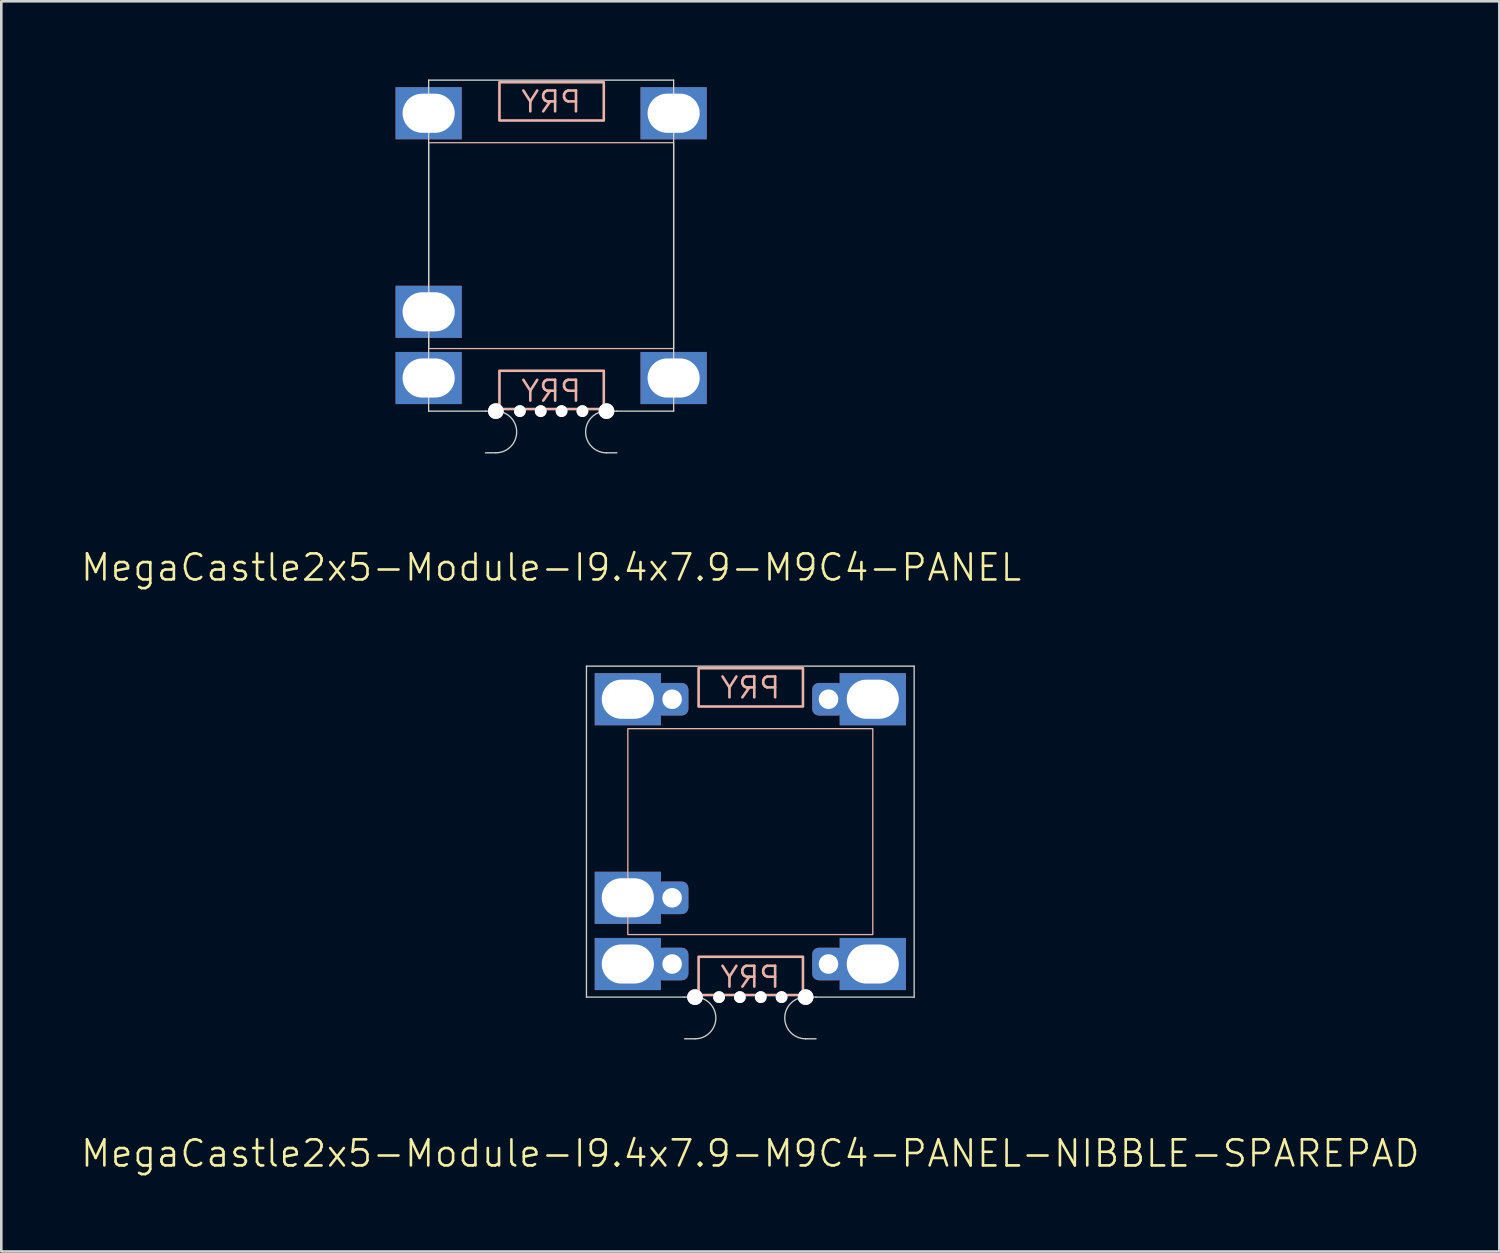
<source format=kicad_pcb>
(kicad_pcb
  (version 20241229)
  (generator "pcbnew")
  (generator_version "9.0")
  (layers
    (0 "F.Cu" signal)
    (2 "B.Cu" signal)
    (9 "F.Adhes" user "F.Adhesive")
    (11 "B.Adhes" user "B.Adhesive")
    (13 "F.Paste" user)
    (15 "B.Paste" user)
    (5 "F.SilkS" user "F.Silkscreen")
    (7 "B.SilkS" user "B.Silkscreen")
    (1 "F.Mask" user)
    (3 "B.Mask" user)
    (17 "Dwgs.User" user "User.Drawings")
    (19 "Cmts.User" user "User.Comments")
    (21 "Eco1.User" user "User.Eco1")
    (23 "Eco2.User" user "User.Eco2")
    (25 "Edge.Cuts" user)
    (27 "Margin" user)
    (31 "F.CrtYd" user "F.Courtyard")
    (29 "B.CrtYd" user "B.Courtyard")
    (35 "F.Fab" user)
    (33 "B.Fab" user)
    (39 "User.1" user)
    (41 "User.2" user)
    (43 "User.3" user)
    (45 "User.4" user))
  (footprint "MegaCastle2x5-Module-I9.4x7.9-M9C4-PANEL-NIBBLE-SPAREPAD"
    (layer "F.Cu")
    (at 25.74 28.86)
    (property "Reference" "MegaCastle2x5-Module-I9.4x7.9-M9C4-PANEL-NIBBLE-SPAREPAD" (at 0 12.35 0) (unlocked yes) (layer "F.SilkS") (effects (font (size 1 1) (thickness 0.1))))
    (attr smd)
    (fp_rect (start -4.7 3.95) (end 4.7 -3.95) (stroke (width 0.05) (type default)) (fill no) (layer "B.SilkS"))
    (fp_rect (start -1.984 -4.801) (end 2.02 -6.27) (stroke (width 0.1) (type default)) (fill no) (layer "B.SilkS"))
    (fp_rect (start -1.984 4.801) (end 2.02 6.27) (stroke (width 0.1) (type default)) (fill no) (layer "B.SilkS"))
    (fp_line (start -6.287 -6.35) (end -6.287 6.35) (stroke (width 0.05) (type default)) (layer "Edge.Cuts"))
    (fp_line (start -6.287 -6.35) (end 6.287 -6.35) (stroke (width 0.05) (type default)) (layer "Edge.Cuts"))
    (fp_line (start -6.287 6.35) (end -2.522 6.35) (stroke (width 0.05) (type default)) (layer "Edge.Cuts"))
    (fp_line (start -2.522 6.35) (end -2.123 6.35) (stroke (width 0.05) (type default)) (layer "Edge.Cuts"))
    (fp_line (start -2.522 7.95) (end -2.123 7.95) (stroke (width 0.05) (type default)) (layer "Edge.Cuts"))
    (fp_line (start 2.522 6.35) (end 2.123 6.35) (stroke (width 0.05) (type default)) (layer "Edge.Cuts"))
    (fp_line (start 2.522 6.35) (end 6.287 6.35) (stroke (width 0.05) (type default)) (layer "Edge.Cuts"))
    (fp_line (start 2.522 7.95) (end 2.123 7.95) (stroke (width 0.05) (type default)) (layer "Edge.Cuts"))
    (fp_line (start 6.287 -6.35) (end 6.287 6.35) (stroke (width 0.05) (type default)) (layer "Edge.Cuts"))
    (fp_arc (start -2.1225 6.35) (mid -1.3225 7.15) (end -2.1225 7.95) (stroke (width 0.05) (type default)) (layer "Edge.Cuts"))
    (fp_arc (start 2.1225 7.95) (mid 1.3225 7.15) (end 2.1225 6.35) (stroke (width 0.05) (type default)) (layer "Edge.Cuts"))
    (fp_text user "PRY" (at 0 -5.05 0) (unlocked yes) (layer "B.SilkS") (effects (font (size 0.8 0.8) (thickness 0.1)) (justify bottom mirror)))
    (fp_text user "PRY" (at 0 6.05 0) (unlocked yes) (layer "B.SilkS") (effects (font (size 0.8 0.8) (thickness 0.1)) (justify bottom mirror)))
    (pad "" np_thru_hole circle (at -2.123 6.35) (size 0.6 0.6) (drill 0.6) (layers "*.Cu" "Edge.Cuts"))
    (pad "" np_thru_hole circle (at -1.2 6.35) (size 0.45 0.45) (drill 0.45) (layers "*.Cu" "Edge.Cuts"))
    (pad "" np_thru_hole circle (at -0.4 6.35) (size 0.45 0.45) (drill 0.45) (layers "*.Cu" "Edge.Cuts"))
    (pad "" np_thru_hole circle (at 0.4 6.35) (size 0.45 0.45) (drill 0.45) (layers "*.Cu" "Edge.Cuts"))
    (pad "" np_thru_hole circle (at 1.2 6.35) (size 0.45 0.45) (drill 0.45) (layers "*.Cu" "Edge.Cuts"))
    (pad "" np_thru_hole circle (at 2.123 6.35) (size 0.6 0.6) (drill 0.6) (layers "*.Cu" "Edge.Cuts"))
    (pad "1" thru_hole rect (at -4.7 -5.08) (size 2.54 2) (drill oval 2 1.5) (property pad_prop_castellated) (layers "*.Cu" "*.Mask"))
    (pad "1" thru_hole roundrect (at -3 -5.08 180) (size 1.25 1.25) (drill 0.75) (layers "*.Cu" "*.Mask") (roundrect_rratio 0.2))
    (pad "4" thru_hole rect (at -4.7 2.54) (size 2.54 2) (drill oval 2 1.5) (property pad_prop_castellated) (layers "*.Cu" "*.Mask"))
    (pad "4" thru_hole roundrect (at -3 2.54 180) (size 1.25 1.25) (drill 0.75) (layers "*.Cu" "*.Mask") (roundrect_rratio 0.2))
    (pad "5" thru_hole rect (at -4.7 5.08) (size 2.54 2) (drill oval 2 1.5) (property pad_prop_castellated) (layers "*.Cu" "*.Mask"))
    (pad "5" thru_hole roundrect (at -3 5.08 180) (size 1.25 1.25) (drill 0.75) (layers "*.Cu" "*.Mask") (roundrect_rratio 0.2))
    (pad "6" thru_hole roundrect (at 3 -5.08 180) (size 1.25 1.25) (drill 0.75) (layers "*.Cu" "*.Mask") (roundrect_rratio 0.2))
    (pad "6" thru_hole rect (at 4.7 -5.08) (size 2.54 2) (drill oval 2 1.5) (property pad_prop_castellated) (layers "*.Cu" "*.Mask"))
    (pad "10" thru_hole roundrect (at 3 5.08 180) (size 1.25 1.25) (drill 0.75) (layers "*.Cu" "*.Mask") (roundrect_rratio 0.2))
    (pad "10" thru_hole rect (at 4.7 5.08) (size 2.54 2) (drill oval 2 1.5) (property pad_prop_castellated) (layers "*.Cu" "*.Mask"))
    (zone (net_name "") (layer "B.Cu") (hatch edge 0.5) (connect_pads) (min_thickness 0.25) (filled_areas_thickness no) (keepout (tracks allowed) (vias allowed) (pads allowed) (copperpour allowed) (footprints not_allowed)) (placement (enabled no)) (fill) (polygon (pts (xy 21.04 35.211) (xy 21.04 22.511))))
    (zone (net_name "") (layer "B.Cu") (hatch edge 0.5) (connect_pads) (min_thickness 0.25) (filled_areas_thickness no) (keepout (tracks allowed) (vias allowed) (pads allowed) (copperpour allowed) (footprints not_allowed)) (placement (enabled no)) (fill) (polygon (pts (xy 30.44 35.211) (xy 30.44 22.511))))
    (zone (net_name "") (layer "B.Cu") (hatch edge 0.5) (connect_pads) (min_thickness 0.25) (filled_areas_thickness no) (keepout (tracks allowed) (vias allowed) (pads allowed) (copperpour allowed) (footprints not_allowed)) (placement (enabled no)) (fill) (polygon (pts (xy 21.04 22.511) (xy 21.04 24.91) (xy 30.44 24.91) (xy 30.44 22.511))))
    (zone (net_name "") (layer "B.Cu") (hatch edge 0.5) (connect_pads) (min_thickness 0.25) (filled_areas_thickness no) (keepout (tracks allowed) (vias allowed) (pads allowed) (copperpour allowed) (footprints not_allowed)) (placement (enabled no)) (fill) (polygon (pts (xy 21.04 35.211) (xy 21.04 32.81) (xy 30.44 32.81) (xy 30.44 35.211))))
    (zone (net_name "") (layer "B.Cu") (name "Upper Pry Zone") (hatch edge 0.5) (connect_pads) (min_thickness 0.25) (filled_areas_thickness no) (keepout (tracks not_allowed) (vias not_allowed) (pads not_allowed) (copperpour allowed) (footprints not_allowed)) (placement (enabled no)) (fill) (polygon (pts (xy 23.756 24.059) (xy 23.756 22.59) (xy 27.76 22.59) (xy 27.76 24.059))))
    (zone (net_name "") (layer "B.Cu") (name "Upper Pry Zone") (hatch edge 0.5) (connect_pads) (min_thickness 0.25) (filled_areas_thickness no) (keepout (tracks not_allowed) (vias not_allowed) (pads not_allowed) (copperpour allowed) (footprints not_allowed)) (placement (enabled no)) (fill) (polygon (pts (xy 23.756 33.662) (xy 23.756 35.13) (xy 27.76 35.13) (xy 27.76 33.662)))))
  (footprint "MegaCastle2x5-Module-I9.4x7.9-M9C4-PANEL"
    (layer "F.Cu")
    (at 18.098 6.375)
    (property "Reference" "MegaCastle2x5-Module-I9.4x7.9-M9C4-PANEL" (at 0 12.35 0) (unlocked yes) (layer "F.SilkS") (effects (font (size 1 1) (thickness 0.1))))
    (attr smd)
    (fp_rect (start -4.7 3.95) (end 4.7 -3.95) (stroke (width 0.05) (type default)) (fill no) (layer "B.SilkS"))
    (fp_rect (start -1.984 -4.801) (end 2.02 -6.27) (stroke (width 0.1) (type default)) (fill no) (layer "B.SilkS"))
    (fp_rect (start -1.984 4.801) (end 2.02 6.27) (stroke (width 0.1) (type default)) (fill no) (layer "B.SilkS"))
    (fp_line (start -4.7 -6.35) (end -4.7 6.35) (stroke (width 0.05) (type default)) (layer "Edge.Cuts"))
    (fp_line (start -4.7 -6.35) (end 4.7 -6.35) (stroke (width 0.05) (type default)) (layer "Edge.Cuts"))
    (fp_line (start -4.7 6.35) (end -2.522 6.35) (stroke (width 0.05) (type default)) (layer "Edge.Cuts"))
    (fp_line (start -2.522 6.35) (end -2.123 6.35) (stroke (width 0.05) (type default)) (layer "Edge.Cuts"))
    (fp_line (start -2.522 7.95) (end -2.123 7.95) (stroke (width 0.05) (type default)) (layer "Edge.Cuts"))
    (fp_line (start 2.522 6.35) (end 2.123 6.35) (stroke (width 0.05) (type default)) (layer "Edge.Cuts"))
    (fp_line (start 2.522 6.35) (end 4.7 6.35) (stroke (width 0.05) (type default)) (layer "Edge.Cuts"))
    (fp_line (start 2.522 7.95) (end 2.123 7.95) (stroke (width 0.05) (type default)) (layer "Edge.Cuts"))
    (fp_line (start 4.7 -6.35) (end 4.7 6.35) (stroke (width 0.05) (type default)) (layer "Edge.Cuts"))
    (fp_arc (start -2.1225 6.35) (mid -1.3225 7.15) (end -2.1225 7.95) (stroke (width 0.05) (type default)) (layer "Edge.Cuts"))
    (fp_arc (start 2.1225 7.95) (mid 1.3225 7.15) (end 2.1225 6.35) (stroke (width 0.05) (type default)) (layer "Edge.Cuts"))
    (fp_text user "PRY" (at 0 6.05 0) (unlocked yes) (layer "B.SilkS") (effects (font (size 0.8 0.8) (thickness 0.1)) (justify bottom mirror)))
    (fp_text user "PRY" (at 0 -5.05 0) (unlocked yes) (layer "B.SilkS") (effects (font (size 0.8 0.8) (thickness 0.1)) (justify bottom mirror)))
    (pad "" np_thru_hole circle (at -2.123 6.35) (size 0.6 0.6) (drill 0.6) (layers "*.Cu" "Edge.Cuts"))
    (pad "" np_thru_hole circle (at -1.2 6.35) (size 0.45 0.45) (drill 0.45) (layers "*.Cu" "Edge.Cuts"))
    (pad "" np_thru_hole circle (at -0.4 6.35) (size 0.45 0.45) (drill 0.45) (layers "*.Cu" "Edge.Cuts"))
    (pad "" np_thru_hole circle (at 0.4 6.35) (size 0.45 0.45) (drill 0.45) (layers "*.Cu" "Edge.Cuts"))
    (pad "" np_thru_hole circle (at 1.2 6.35) (size 0.45 0.45) (drill 0.45) (layers "*.Cu" "Edge.Cuts"))
    (pad "" np_thru_hole circle (at 2.123 6.35) (size 0.6 0.6) (drill 0.6) (layers "*.Cu" "Edge.Cuts"))
    (pad "1" thru_hole rect (at -4.7 -5.08) (size 2.54 2) (drill oval 2 1.5) (property pad_prop_castellated) (layers "*.Cu" "*.Mask"))
    (pad "4" thru_hole rect (at -4.7 2.54) (size 2.54 2) (drill oval 2 1.5) (property pad_prop_castellated) (layers "*.Cu" "*.Mask"))
    (pad "5" thru_hole rect (at -4.7 5.08) (size 2.54 2) (drill oval 2 1.5) (property pad_prop_castellated) (layers "*.Cu" "*.Mask"))
    (pad "6" thru_hole rect (at 4.7 -5.08) (size 2.54 2) (drill oval 2 1.5) (property pad_prop_castellated) (layers "*.Cu" "*.Mask"))
    (pad "10" thru_hole rect (at 4.7 5.08) (size 2.54 2) (drill oval 2 1.5) (property pad_prop_castellated) (layers "*.Cu" "*.Mask"))
    (zone (net_name "") (layer "B.Cu") (hatch edge 0.5) (connect_pads) (min_thickness 0.25) (filled_areas_thickness no) (keepout (tracks allowed) (vias allowed) (pads allowed) (copperpour allowed) (footprints not_allowed)) (placement (enabled no)) (fill) (polygon (pts (xy 13.398 12.725) (xy 13.398 0.025))))
    (zone (net_name "") (layer "B.Cu") (hatch edge 0.5) (connect_pads) (min_thickness 0.25) (filled_areas_thickness no) (keepout (tracks allowed) (vias allowed) (pads allowed) (copperpour allowed) (footprints not_allowed)) (placement (enabled no)) (fill) (polygon (pts (xy 22.798 12.725) (xy 22.798 0.025))))
    (zone (net_name "") (layer "B.Cu") (hatch edge 0.5) (connect_pads) (min_thickness 0.25) (filled_areas_thickness no) (keepout (tracks allowed) (vias allowed) (pads allowed) (copperpour allowed) (footprints not_allowed)) (placement (enabled no)) (fill) (polygon (pts (xy 13.398 0.025) (xy 13.398 2.425) (xy 22.798 2.425) (xy 22.798 0.025))))
    (zone (net_name "") (layer "B.Cu") (hatch edge 0.5) (connect_pads) (min_thickness 0.25) (filled_areas_thickness no) (keepout (tracks allowed) (vias allowed) (pads allowed) (copperpour allowed) (footprints not_allowed)) (placement (enabled no)) (fill) (polygon (pts (xy 13.398 12.725) (xy 13.398 10.325) (xy 22.798 10.325) (xy 22.798 12.725))))
    (zone (net_name "") (layer "B.Cu") (name "Upper Pry Zone") (hatch edge 0.5) (connect_pads) (min_thickness 0.25) (filled_areas_thickness no) (keepout (tracks not_allowed) (vias not_allowed) (pads not_allowed) (copperpour allowed) (footprints not_allowed)) (placement (enabled no)) (fill) (polygon (pts (xy 16.113 1.574) (xy 16.113 0.105) (xy 20.117 0.105) (xy 20.117 1.574))))
    (zone (net_name "") (layer "B.Cu") (name "Upper Pry Zone") (hatch edge 0.5) (connect_pads) (min_thickness 0.25) (filled_areas_thickness no) (keepout (tracks not_allowed) (vias not_allowed) (pads not_allowed) (copperpour allowed) (footprints not_allowed)) (placement (enabled no)) (fill) (polygon (pts (xy 16.113 11.176) (xy 16.113 12.645) (xy 20.117 12.645) (xy 20.117 11.176)))))
  (gr_rect
    (start -3 -3)
    (end 54.481 44.971)
    (stroke (width 0.1) (type default))
    (fill no)
    (layer "Edge.Cuts")))
</source>
